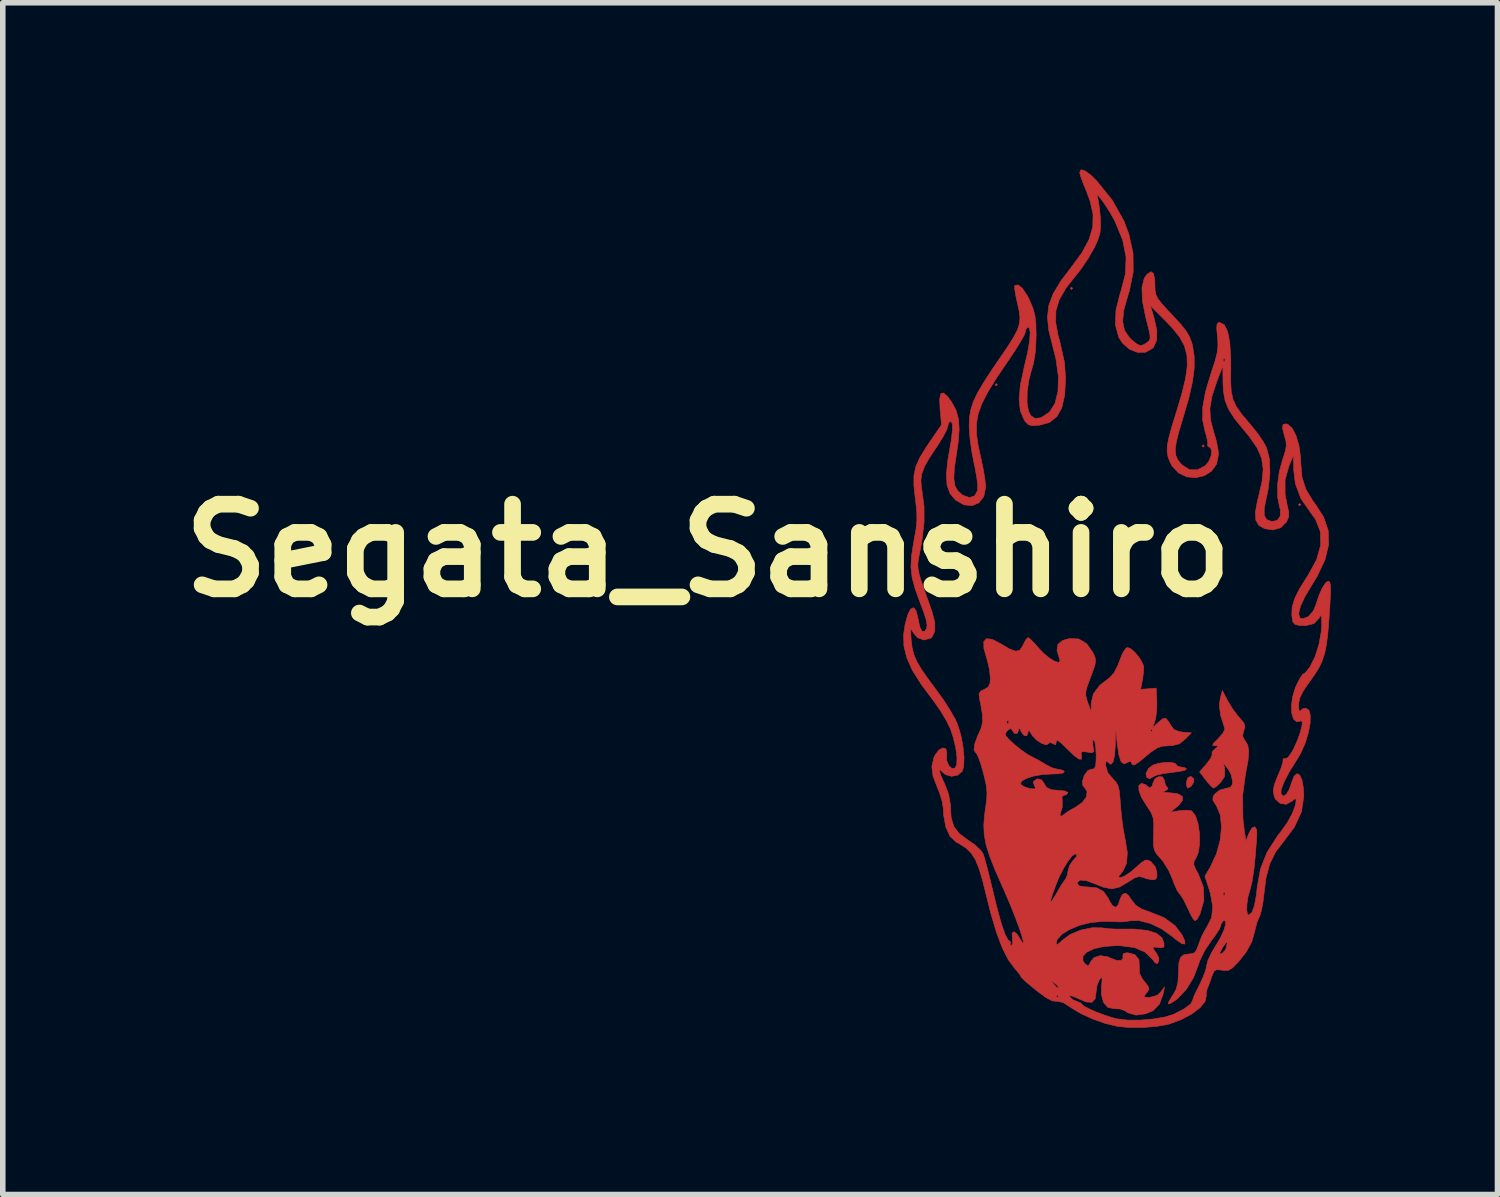
<source format=kicad_pcb>
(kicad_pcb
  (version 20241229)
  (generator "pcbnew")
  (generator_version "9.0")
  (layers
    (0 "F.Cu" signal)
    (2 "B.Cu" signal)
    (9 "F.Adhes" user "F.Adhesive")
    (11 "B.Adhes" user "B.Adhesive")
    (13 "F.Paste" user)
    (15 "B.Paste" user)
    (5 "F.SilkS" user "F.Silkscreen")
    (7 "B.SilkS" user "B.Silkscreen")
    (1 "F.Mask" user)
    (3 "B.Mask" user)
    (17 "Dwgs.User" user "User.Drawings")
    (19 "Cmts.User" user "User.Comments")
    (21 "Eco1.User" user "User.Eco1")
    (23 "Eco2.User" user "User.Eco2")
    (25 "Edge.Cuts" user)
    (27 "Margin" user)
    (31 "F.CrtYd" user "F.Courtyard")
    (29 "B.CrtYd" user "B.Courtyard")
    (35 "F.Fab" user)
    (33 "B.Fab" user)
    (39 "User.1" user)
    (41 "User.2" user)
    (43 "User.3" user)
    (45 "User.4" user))
  (footprint "Segata_Sanshiro"
    (layer "F.Cu")
    (at 17.062 7.495)
    (property "Reference" "Segata_Sanshiro" (at -7.366 -0.635 0) (layer "F.SilkS") (effects (font (size 1.524 1.524) (thickness 0.3))))
    (attr through_hole)
    (fp_poly (pts (xy -2.159 -3.619) (xy -2.18 -3.598) (xy -2.201 -3.619) (xy -2.18 -3.641) (xy -2.159 -3.619)) (stroke (width 0.01) (type solid)) (fill yes) (layer "F.Cu"))
    (fp_poly (pts (xy -0.804 -5.355) (xy -0.826 -5.334) (xy -0.847 -5.355) (xy -0.826 -5.376) (xy -0.804 -5.355)) (stroke (width 0.01) (type solid)) (fill yes) (layer "F.Cu"))
    (fp_poly (pts (xy 1.566 -2.519) (xy 1.545 -2.498) (xy 1.524 -2.519) (xy 1.545 -2.54) (xy 1.566 -2.519)) (stroke (width 0.01) (type solid)) (fill yes) (layer "F.Cu"))
    (fp_poly (pts (xy 3.302 -1.46) (xy 3.281 -1.439) (xy 3.26 -1.46) (xy 3.281 -1.482) (xy 3.302 -1.46)) (stroke (width 0.01) (type solid)) (fill yes) (layer "F.Cu"))
    (fp_poly (pts (xy 1.377 3.473) (xy 1.375 3.536) (xy 1.331 3.606) (xy 1.272 3.641) (xy 1.269 3.641) (xy 1.247 3.605) (xy 1.243 3.535) (xy 1.27 3.452) (xy 1.324 3.43) (xy 1.377 3.473)) (stroke (width 0.01) (type solid)) (fill yes) (layer "F.Cu"))
    (fp_poly (pts (xy 1.042 3.196) (xy 1.058 3.217) (xy 1.094 3.252) (xy 1.141 3.26) (xy 1.22 3.276) (xy 1.245 3.296) (xy 1.218 3.318) (xy 1.127 3.34) (xy 0.99 3.358) (xy 0.986 3.359) (xy 0.836 3.378) (xy 0.718 3.404) (xy 0.661 3.428) (xy 0.584 3.472) (xy 0.528 3.449) (xy 0.516 3.377) (xy 0.561 3.289) (xy 0.635 3.23) (xy 0.736 3.196) (xy 0.856 3.179) (xy 0.967 3.179) (xy 1.042 3.196)) (stroke (width 0.01) (type solid)) (fill yes) (layer "F.Cu"))
    (fp_poly (pts (xy 0.811 3.439) (xy 0.846 3.494) (xy 0.847 3.508) (xy 0.869 3.593) (xy 0.897 3.624) (xy 0.913 3.659) (xy 0.865 3.687) (xy 0.825 3.709) (xy 0.859 3.72) (xy 0.917 3.722) (xy 1.082 3.741) (xy 1.169 3.788) (xy 1.176 3.859) (xy 1.104 3.952) (xy 1.069 3.981) (xy 0.953 4.074) (xy 1.122 4.047) (xy 1.242 4.038) (xy 1.329 4.048) (xy 1.341 4.054) (xy 1.406 4.139) (xy 1.453 4.282) (xy 1.479 4.456) (xy 1.481 4.636) (xy 1.459 4.796) (xy 1.415 4.903) (xy 1.379 4.965) (xy 1.377 5.024) (xy 1.414 5.108) (xy 1.457 5.184) (xy 1.548 5.419) (xy 1.558 5.666) (xy 1.49 5.9) (xy 1.439 6) (xy 1.401 6.028) (xy 1.372 6.006) (xy 1.329 5.933) (xy 1.273 5.817) (xy 1.25 5.768) (xy 1.192 5.649) (xy 1.135 5.561) (xy 1.118 5.542) (xy 1.074 5.478) (xy 1.023 5.363) (xy 0.992 5.278) (xy 0.922 5.118) (xy 0.826 4.965) (xy 0.781 4.911) (xy 0.708 4.829) (xy 0.667 4.758) (xy 0.65 4.671) (xy 0.65 4.539) (xy 0.653 4.457) (xy 0.656 4.292) (xy 0.645 4.181) (xy 0.612 4.089) (xy 0.548 3.987) (xy 0.523 3.952) (xy 0.434 3.806) (xy 0.388 3.681) (xy 0.387 3.593) (xy 0.435 3.556) (xy 0.442 3.556) (xy 0.514 3.582) (xy 0.529 3.598) (xy 0.581 3.64) (xy 0.626 3.604) (xy 0.643 3.545) (xy 0.68 3.47) (xy 0.746 3.433) (xy 0.811 3.439)) (stroke (width 0.01) (type solid)) (fill yes) (layer "F.Cu"))
    (fp_poly (pts (xy -0.586 -7.474) (xy -0.479 -7.394) (xy -0.371 -7.289) (xy -0.091 -6.942) (xy 0.117 -6.572) (xy 0.207 -6.333) (xy 0.283 -5.987) (xy 0.286 -5.652) (xy 0.216 -5.305) (xy 0.187 -5.214) (xy 0.115 -4.959) (xy 0.096 -4.757) (xy 0.13 -4.598) (xy 0.218 -4.467) (xy 0.252 -4.434) (xy 0.351 -4.352) (xy 0.418 -4.324) (xy 0.481 -4.344) (xy 0.532 -4.378) (xy 0.569 -4.409) (xy 0.588 -4.447) (xy 0.588 -4.508) (xy 0.567 -4.612) (xy 0.526 -4.776) (xy 0.514 -4.819) (xy 0.452 -5.125) (xy 0.443 -5.365) (xy 0.485 -5.538) (xy 0.536 -5.61) (xy 0.606 -5.654) (xy 0.652 -5.621) (xy 0.674 -5.507) (xy 0.677 -5.413) (xy 0.68 -5.316) (xy 0.695 -5.239) (xy 0.733 -5.164) (xy 0.805 -5.073) (xy 0.92 -4.947) (xy 0.988 -4.875) (xy 1.137 -4.714) (xy 1.236 -4.59) (xy 1.299 -4.484) (xy 1.34 -4.375) (xy 1.354 -4.323) (xy 1.384 -4.128) (xy 1.384 -3.915) (xy 1.352 -3.668) (xy 1.285 -3.374) (xy 1.183 -3.025) (xy 1.107 -2.773) (xy 1.061 -2.586) (xy 1.043 -2.449) (xy 1.053 -2.346) (xy 1.091 -2.263) (xy 1.156 -2.185) (xy 1.164 -2.177) (xy 1.298 -2.09) (xy 1.442 -2.088) (xy 1.582 -2.162) (xy 1.647 -2.24) (xy 1.687 -2.338) (xy 1.699 -2.43) (xy 1.675 -2.489) (xy 1.649 -2.498) (xy 1.622 -2.522) (xy 1.627 -2.535) (xy 1.627 -2.593) (xy 1.603 -2.701) (xy 1.581 -2.772) (xy 1.536 -2.981) (xy 1.538 -3.218) (xy 1.588 -3.497) (xy 1.688 -3.829) (xy 1.693 -3.846) (xy 1.759 -4.044) (xy 1.764 -4.064) (xy 1.905 -4.064) (xy 1.92 -4.029) (xy 1.933 -4.036) (xy 1.938 -4.086) (xy 1.933 -4.092) (xy 1.908 -4.086) (xy 1.905 -4.064) (xy 1.764 -4.064) (xy 1.796 -4.19) (xy 1.811 -4.311) (xy 1.808 -4.434) (xy 1.802 -4.491) (xy 1.789 -4.632) (xy 1.794 -4.708) (xy 1.818 -4.738) (xy 1.842 -4.741) (xy 1.924 -4.701) (xy 1.985 -4.579) (xy 2.024 -4.379) (xy 2.042 -4.102) (xy 2.042 -3.919) (xy 2.04 -3.677) (xy 2.051 -3.497) (xy 2.082 -3.355) (xy 2.142 -3.226) (xy 2.24 -3.088) (xy 2.384 -2.917) (xy 2.413 -2.883) (xy 2.527 -2.741) (xy 2.625 -2.598) (xy 2.686 -2.487) (xy 2.738 -2.281) (xy 2.747 -2.023) (xy 2.715 -1.735) (xy 2.682 -1.58) (xy 2.644 -1.391) (xy 2.645 -1.267) (xy 2.688 -1.193) (xy 2.777 -1.159) (xy 2.784 -1.158) (xy 2.879 -1.177) (xy 2.933 -1.255) (xy 2.935 -1.371) (xy 2.921 -1.418) (xy 2.885 -1.596) (xy 2.884 -1.82) (xy 2.917 -2.062) (xy 2.972 -2.262) (xy 3.021 -2.413) (xy 3.041 -2.518) (xy 3.035 -2.607) (xy 3.007 -2.704) (xy 2.973 -2.839) (xy 2.984 -2.907) (xy 3.042 -2.915) (xy 3.069 -2.906) (xy 3.149 -2.835) (xy 3.218 -2.7) (xy 3.27 -2.52) (xy 3.298 -2.315) (xy 3.301 -2.232) (xy 3.322 -1.964) (xy 3.392 -1.741) (xy 3.521 -1.528) (xy 3.556 -1.482) (xy 3.713 -1.239) (xy 3.796 -0.995) (xy 3.804 -0.741) (xy 3.738 -0.469) (xy 3.597 -0.171) (xy 3.496 -0.005) (xy 3.372 0.203) (xy 3.294 0.375) (xy 3.264 0.501) (xy 3.284 0.576) (xy 3.332 0.593) (xy 3.439 0.554) (xy 3.529 0.45) (xy 3.575 0.339) (xy 3.629 0.174) (xy 3.691 0.036) (xy 3.752 -0.057) (xy 3.796 -0.085) (xy 3.823 -0.068) (xy 3.837 -0.008) (xy 3.839 0.11) (xy 3.83 0.286) (xy 3.809 0.612) (xy 3.788 0.868) (xy 3.762 1.069) (xy 3.729 1.229) (xy 3.683 1.363) (xy 3.623 1.486) (xy 3.543 1.611) (xy 3.454 1.735) (xy 3.345 1.894) (xy 3.285 2.015) (xy 3.264 2.12) (xy 3.263 2.153) (xy 3.27 2.238) (xy 3.283 2.262) (xy 3.288 2.254) (xy 3.343 2.21) (xy 3.39 2.201) (xy 3.448 2.237) (xy 3.474 2.334) (xy 3.47 2.475) (xy 3.439 2.644) (xy 3.384 2.826) (xy 3.306 3.003) (xy 3.242 3.114) (xy 3.096 3.348) (xy 2.997 3.537) (xy 2.948 3.674) (xy 2.947 3.745) (xy 2.988 3.786) (xy 3.04 3.755) (xy 3.095 3.665) (xy 3.134 3.551) (xy 3.182 3.427) (xy 3.234 3.381) (xy 3.283 3.406) (xy 3.324 3.496) (xy 3.35 3.645) (xy 3.356 3.79) (xy 3.314 4.068) (xy 3.187 4.344) (xy 3.01 4.58) (xy 2.851 4.788) (xy 2.743 5.005) (xy 2.676 5.256) (xy 2.645 5.502) (xy 2.624 5.678) (xy 2.597 5.83) (xy 2.569 5.931) (xy 2.561 5.947) (xy 2.518 6.045) (xy 2.482 6.176) (xy 2.478 6.2) (xy 2.421 6.406) (xy 2.318 6.595) (xy 2.172 6.777) (xy 2.076 6.875) (xy 2.002 6.92) (xy 1.924 6.925) (xy 1.883 6.918) (xy 1.792 6.908) (xy 1.742 6.935) (xy 1.704 7.02) (xy 1.692 7.055) (xy 1.653 7.169) (xy 1.62 7.249) (xy 1.615 7.26) (xy 1.599 7.335) (xy 1.602 7.38) (xy 1.579 7.482) (xy 1.488 7.594) (xy 1.342 7.705) (xy 1.157 7.805) (xy 0.945 7.884) (xy 0.901 7.896) (xy 0.692 7.932) (xy 0.44 7.951) (xy 0.187 7.948) (xy 0 7.929) (xy -0.213 7.878) (xy -0.444 7.797) (xy -0.658 7.699) (xy -0.822 7.6) (xy -0.824 7.598) (xy -0.976 7.501) (xy -1.085 7.477) (xy -1.096 7.479) (xy -1.171 7.471) (xy -1.283 7.412) (xy -1.317 7.387) (xy -1.101 7.387) (xy -1.079 7.408) (xy -1.058 7.387) (xy -1.079 7.366) (xy -1.101 7.387) (xy -1.317 7.387) (xy -1.441 7.297) (xy -1.459 7.282) (xy -1.586 7.178) (xy -1.661 7.112) (xy -1.183 7.112) (xy -1.172 7.134) (xy -1.148 7.165) (xy -1.087 7.231) (xy -1.059 7.23) (xy -1.058 7.223) (xy -1.087 7.188) (xy -1.132 7.149) (xy -1.183 7.112) (xy -1.661 7.112) (xy -1.682 7.094) (xy -1.732 7.042) (xy -1.736 7.034) (xy -1.762 6.988) (xy -1.828 6.908) (xy -1.853 6.879) (xy -1.965 6.727) (xy -2.071 6.517) (xy -2.175 6.241) (xy -2.278 5.893) (xy -2.356 5.583) (xy -2.426 5.302) (xy -2.489 5.09) (xy -2.553 4.933) (xy -2.626 4.817) (xy -2.715 4.727) (xy -2.83 4.651) (xy -2.905 4.609) (xy -3.012 4.508) (xy -3.088 4.34) (xy -3.128 4.12) (xy -3.133 4.007) (xy -3.151 3.886) (xy -3.198 3.732) (xy -3.238 3.634) (xy -3.318 3.425) (xy -3.339 3.253) (xy -3.304 3.097) (xy -3.28 3.046) (xy -3.21 2.954) (xy -3.139 2.917) (xy -3.085 2.936) (xy -3.069 3.011) (xy -3.073 3.037) (xy -3.071 3.145) (xy -3.034 3.237) (xy -2.976 3.287) (xy -2.922 3.282) (xy -2.89 3.217) (xy -2.886 3.092) (xy -2.907 2.926) (xy -2.95 2.739) (xy -3.001 2.582) (xy -3.071 2.437) (xy -3.176 2.26) (xy -3.296 2.087) (xy -3.322 2.053) (xy -3.537 1.763) (xy -3.693 1.513) (xy -3.792 1.289) (xy -3.842 1.08) (xy -3.846 0.87) (xy -3.842 0.84) (xy -3.72 0.84) (xy -3.711 0.967) (xy -3.71 0.979) (xy -3.693 1.116) (xy -3.663 1.237) (xy -3.61 1.36) (xy -3.528 1.501) (xy -3.406 1.675) (xy -3.256 1.877) (xy -3.126 2.058) (xy -3.008 2.243) (xy -2.916 2.405) (xy -2.876 2.494) (xy -2.816 2.691) (xy -2.777 2.899) (xy -2.759 3.095) (xy -2.766 3.254) (xy -2.79 3.337) (xy -2.87 3.407) (xy -2.983 3.429) (xy -3.092 3.399) (xy -3.134 3.364) (xy -3.187 3.313) (xy -3.202 3.329) (xy -3.18 3.406) (xy -3.122 3.536) (xy -3.114 3.55) (xy -3.038 3.747) (xy -3.006 3.932) (xy -3.005 3.946) (xy -2.992 4.168) (xy -2.943 4.331) (xy -2.849 4.457) (xy -2.698 4.57) (xy -2.689 4.575) (xy -2.559 4.667) (xy -2.458 4.762) (xy -2.416 4.823) (xy -2.39 4.904) (xy -2.35 5.049) (xy -2.302 5.237) (xy -2.251 5.45) (xy -2.243 5.482) (xy -2.158 5.828) (xy -2.084 6.092) (xy -2.02 6.274) (xy -1.968 6.373) (xy -1.939 6.392) (xy -1.919 6.419) (xy -1.926 6.435) (xy -1.923 6.474) (xy -1.909 6.477) (xy -1.884 6.441) (xy -1.89 6.35) (xy -1.894 6.253) (xy -1.862 6.225) (xy -1.805 6.269) (xy -1.76 6.339) (xy -1.711 6.42) (xy -1.69 6.432) (xy -1.696 6.385) (xy -1.723 6.287) (xy -1.769 6.149) (xy -1.832 5.98) (xy -1.907 5.789) (xy -1.963 5.656) (xy -1.198 5.656) (xy -1.196 5.689) (xy -1.161 5.646) (xy -1.101 5.546) (xy -1.026 5.417) (xy -0.962 5.317) (xy -0.929 5.273) (xy -0.897 5.201) (xy -0.889 5.135) (xy -0.86 5.033) (xy -0.804 4.953) (xy -0.733 4.872) (xy -0.728 4.833) (xy -0.761 4.826) (xy -0.814 4.862) (xy -0.888 4.956) (xy -0.969 5.089) (xy -1.048 5.242) (xy -1.097 5.36) (xy -1.165 5.546) (xy -1.198 5.656) (xy -1.963 5.656) (xy -1.993 5.586) (xy -2.069 5.412) (xy -2.203 5.109) (xy -2.299 4.864) (xy -2.363 4.66) (xy -2.396 4.48) (xy -2.404 4.309) (xy -2.39 4.128) (xy -2.377 4.035) (xy -2.352 3.857) (xy -2.346 3.721) (xy -2.36 3.588) (xy -2.397 3.423) (xy -2.412 3.365) (xy -2.457 3.208) (xy -2.5 3.086) (xy -2.533 3.019) (xy -2.541 3.013) (xy -2.579 2.959) (xy -2.569 2.851) (xy -2.514 2.701) (xy -2.493 2.658) (xy -2.491 2.654) (xy -2.014 2.654) (xy -2.009 2.697) (xy -1.956 2.76) (xy -1.861 2.848) (xy -1.734 2.952) (xy -1.61 3.038) (xy -1.545 3.073) (xy -1.417 3.139) (xy -1.291 3.215) (xy -1.179 3.274) (xy -1.078 3.301) (xy -1.071 3.302) (xy -0.986 3.319) (xy -0.953 3.344) (xy -0.975 3.369) (xy -1.073 3.384) (xy -1.182 3.387) (xy -1.356 3.398) (xy -1.516 3.427) (xy -1.645 3.469) (xy -1.725 3.517) (xy -1.742 3.567) (xy -1.735 3.578) (xy -1.663 3.623) (xy -1.566 3.65) (xy -1.484 3.655) (xy -1.473 3.633) (xy -1.486 3.614) (xy -1.512 3.544) (xy -1.504 3.516) (xy -1.439 3.473) (xy -1.364 3.493) (xy -1.325 3.545) (xy -1.274 3.629) (xy -1.187 3.671) (xy -1.048 3.682) (xy -0.946 3.693) (xy -0.892 3.718) (xy -0.889 3.725) (xy -0.923 3.763) (xy -0.953 3.768) (xy -0.997 3.792) (xy -0.992 3.87) (xy -0.991 3.986) (xy -1.014 4.06) (xy -1.035 4.132) (xy -1.003 4.145) (xy -0.946 4.104) (xy -0.88 4.056) (xy -0.776 3.997) (xy -0.758 3.988) (xy -0.631 3.9) (xy -0.557 3.799) (xy -0.545 3.703) (xy -0.575 3.652) (xy -0.623 3.59) (xy -0.629 3.523) (xy -0.595 3.414) (xy -0.594 3.411) (xy -0.529 3.323) (xy -0.467 3.302) (xy -0.419 3.293) (xy -0.393 3.253) (xy -0.383 3.162) (xy -0.381 3.05) (xy -0.388 2.912) (xy -0.404 2.81) (xy -0.423 2.773) (xy -0.446 2.788) (xy -0.439 2.874) (xy -0.437 2.883) (xy -0.424 2.975) (xy -0.448 3.005) (xy -0.53 2.995) (xy -0.539 2.993) (xy -0.627 2.982) (xy -0.654 3.006) (xy -0.647 3.05) (xy -0.644 3.119) (xy -0.689 3.12) (xy -0.781 3.053) (xy -0.906 2.932) (xy -1.012 2.827) (xy -1.074 2.783) (xy -1.099 2.794) (xy -1.1 2.81) (xy -1.112 2.863) (xy -1.158 2.842) (xy -1.16 2.84) (xy -1.215 2.813) (xy -1.235 2.838) (xy -1.278 2.862) (xy -1.357 2.838) (xy -1.447 2.781) (xy -1.525 2.703) (xy -1.546 2.669) (xy -1.588 2.605) (xy -1.605 2.615) (xy -1.607 2.635) (xy -1.629 2.7) (xy -1.676 2.697) (xy -1.727 2.631) (xy -1.734 2.614) (xy -1.763 2.556) (xy -1.774 2.577) (xy -1.775 2.593) (xy -1.802 2.657) (xy -1.853 2.656) (xy -1.889 2.605) (xy -1.916 2.566) (xy -1.961 2.591) (xy -1.982 2.611) (xy -2.014 2.654) (xy -2.491 2.654) (xy -2.446 2.549) (xy -2.428 2.455) (xy -1.99 2.455) (xy -1.974 2.49) (xy -1.961 2.484) (xy -1.956 2.433) (xy -1.961 2.427) (xy -1.987 2.433) (xy -1.99 2.455) (xy -2.428 2.455) (xy -2.425 2.442) (xy -2.429 2.314) (xy -2.458 2.138) (xy -2.478 2.043) (xy -2.49 1.946) (xy -2.459 1.894) (xy -2.397 1.865) (xy -2.323 1.822) (xy -2.291 1.751) (xy -2.286 1.657) (xy -2.301 1.508) (xy -2.339 1.345) (xy -2.349 1.312) (xy -2.402 1.125) (xy -2.404 1.004) (xy -2.353 0.951) (xy -2.251 0.964) (xy -2.097 1.044) (xy -2.081 1.054) (xy -1.929 1.143) (xy -1.825 1.177) (xy -1.755 1.156) (xy -1.703 1.081) (xy -1.693 1.058) (xy -1.648 0.971) (xy -1.608 0.932) (xy -1.606 0.931) (xy -1.563 0.962) (xy -1.486 1.04) (xy -1.419 1.119) (xy -1.323 1.218) (xy -1.222 1.301) (xy -1.129 1.357) (xy -1.06 1.379) (xy -1.03 1.359) (xy -1.038 1.322) (xy -1.086 1.163) (xy -1.07 1.054) (xy -0.987 0.984) (xy -0.863 0.949) (xy -0.695 0.956) (xy -0.551 1.042) (xy -0.438 1.203) (xy -0.436 1.207) (xy -0.402 1.286) (xy -0.391 1.354) (xy -0.406 1.437) (xy -0.449 1.56) (xy -0.48 1.642) (xy -0.538 1.795) (xy -0.566 1.898) (xy -0.567 1.978) (xy -0.545 2.063) (xy -0.533 2.098) (xy -0.472 2.265) (xy -0.469 2.103) (xy -0.43 1.942) (xy -0.316 1.791) (xy -0.135 1.651) (xy -0.059 1.566) (xy 0.013 1.424) (xy 0.039 1.355) (xy 0.092 1.22) (xy 0.148 1.132) (xy 0.18 1.109) (xy 0.245 1.133) (xy 0.326 1.208) (xy 0.406 1.309) (xy 0.461 1.412) (xy 0.476 1.468) (xy 0.471 1.56) (xy 0.453 1.685) (xy 0.45 1.704) (xy 0.419 1.864) (xy 0.559 1.853) (xy 0.699 1.841) (xy 0.711 2.069) (xy 0.71 2.226) (xy 0.693 2.371) (xy 0.679 2.426) (xy 0.634 2.556) (xy 0.732 2.463) (xy 0.819 2.39) (xy 0.875 2.384) (xy 0.925 2.447) (xy 0.951 2.495) (xy 1.018 2.585) (xy 1.115 2.625) (xy 1.175 2.633) (xy 1.333 2.646) (xy 1.219 2.762) (xy 1.115 2.844) (xy 0.993 2.876) (xy 0.92 2.879) (xy 0.81 2.887) (xy 0.715 2.92) (xy 0.608 2.991) (xy 0.505 3.075) (xy 0.383 3.176) (xy 0.308 3.223) (xy 0.271 3.222) (xy 0.261 3.2) (xy 0.238 3.153) (xy 0.186 3.179) (xy 0.185 3.179) (xy 0.118 3.207) (xy 0.066 3.162) (xy 0.027 3.041) (xy -0.001 2.848) (xy -0.026 2.603) (xy 0.593 2.603) (xy 0.614 2.625) (xy 0.635 2.603) (xy 0.614 2.582) (xy 0.593 2.603) (xy -0.026 2.603) (xy -0.03 2.561) (xy -0.036 2.866) (xy -0.049 3.05) (xy -0.076 3.168) (xy -0.116 3.214) (xy -0.165 3.182) (xy -0.173 3.17) (xy -0.2 3.151) (xy -0.211 3.21) (xy -0.211 3.23) (xy -0.171 3.365) (xy -0.089 3.463) (xy -0.028 3.527) (xy 0.011 3.594) (xy 0.035 3.689) (xy 0.049 3.833) (xy 0.056 3.937) (xy 0.075 4.145) (xy 0.103 4.359) (xy 0.135 4.537) (xy 0.139 4.552) (xy 0.18 4.802) (xy 0.166 4.995) (xy 0.099 5.138) (xy 0.079 5.161) (xy 0.027 5.224) (xy 0.033 5.247) (xy 0.068 5.249) (xy 0.135 5.222) (xy 0.238 5.152) (xy 0.326 5.077) (xy 0.433 4.982) (xy 0.501 4.938) (xy 0.553 4.937) (xy 0.606 4.965) (xy 0.684 5.06) (xy 0.712 5.159) (xy 0.712 5.252) (xy 0.676 5.288) (xy 0.635 5.292) (xy 0.521 5.271) (xy 0.462 5.248) (xy 0.397 5.231) (xy 0.317 5.255) (xy 0.199 5.328) (xy 0.193 5.332) (xy 0.038 5.423) (xy -0.096 5.454) (xy -0.243 5.428) (xy -0.375 5.375) (xy -0.547 5.31) (xy -0.662 5.296) (xy -0.716 5.332) (xy -0.72 5.355) (xy -0.692 5.399) (xy -0.601 5.417) (xy -0.548 5.419) (xy -0.369 5.437) (xy -0.248 5.502) (xy -0.163 5.624) (xy -0.149 5.657) (xy -0.088 5.757) (xy -0.027 5.786) (xy 0.02 5.739) (xy 0.034 5.683) (xy 0.071 5.588) (xy 0.104 5.547) (xy 0.151 5.533) (xy 0.205 5.579) (xy 0.253 5.65) (xy 0.334 5.751) (xy 0.441 5.819) (xy 0.572 5.865) (xy 0.839 5.971) (xy 1.038 6.115) (xy 1.159 6.273) (xy 1.215 6.392) (xy 1.217 6.448) (xy 1.165 6.442) (xy 1.062 6.373) (xy 0.993 6.315) (xy 0.8 6.176) (xy 0.591 6.077) (xy 0.389 6.026) (xy 0.24 6.029) (xy 0.126 6.046) (xy 0.042 6.049) (xy -0.033 6.046) (xy -0.161 6.043) (xy -0.277 6.043) (xy -0.478 6.061) (xy -0.676 6.11) (xy -0.855 6.183) (xy -0.996 6.271) (xy -1.082 6.366) (xy -1.101 6.43) (xy -1.085 6.459) (xy -1.034 6.423) (xy -0.997 6.385) (xy -0.851 6.277) (xy -0.657 6.196) (xy -0.447 6.154) (xy -0.283 6.156) (xy -0.143 6.173) (xy -0.02 6.179) (xy 0 6.179) (xy 0.308 6.178) (xy 0.541 6.203) (xy 0.704 6.254) (xy 0.802 6.335) (xy 0.84 6.432) (xy 0.839 6.502) (xy 0.791 6.517) (xy 0.745 6.51) (xy 0.657 6.501) (xy 0.643 6.53) (xy 0.697 6.603) (xy 0.704 6.61) (xy 0.749 6.705) (xy 0.743 6.761) (xy 0.718 6.803) (xy 0.682 6.787) (xy 0.625 6.715) (xy 0.492 6.589) (xy 0.308 6.511) (xy 0.062 6.479) (xy -0.021 6.477) (xy -0.239 6.492) (xy -0.418 6.532) (xy -0.547 6.592) (xy -0.618 6.667) (xy -0.619 6.75) (xy -0.582 6.803) (xy -0.529 6.843) (xy -0.499 6.81) (xy -0.488 6.778) (xy -0.422 6.693) (xy -0.31 6.657) (xy -0.177 6.675) (xy -0.118 6.702) (xy -0.011 6.744) (xy 0.071 6.742) (xy 0.105 6.699) (xy 0.099 6.664) (xy 0.108 6.617) (xy 0.183 6.604) (xy 0.314 6.637) (xy 0.389 6.727) (xy 0.396 6.858) (xy 0.395 6.966) (xy 0.448 7.071) (xy 0.484 7.116) (xy 0.552 7.204) (xy 0.57 7.258) (xy 0.542 7.309) (xy 0.524 7.329) (xy 0.481 7.384) (xy 0.499 7.405) (xy 0.581 7.408) (xy 0.717 7.372) (xy 0.78 7.313) (xy 0.85 7.218) (xy 0.825 7.345) (xy 0.758 7.529) (xy 0.642 7.648) (xy 0.513 7.703) (xy 0.336 7.727) (xy 0.192 7.686) (xy 0.132 7.646) (xy 0.049 7.617) (xy -0.045 7.613) (xy -0.167 7.591) (xy -0.249 7.499) (xy -0.288 7.349) (xy -0.285 7.207) (xy -0.274 7.092) (xy -0.279 7.049) (xy -0.303 7.065) (xy -0.322 7.089) (xy -0.365 7.19) (xy -0.381 7.305) (xy -0.399 7.435) (xy -0.456 7.496) (xy -0.559 7.491) (xy -0.688 7.437) (xy -0.804 7.386) (xy -0.858 7.38) (xy -0.859 7.396) (xy -0.805 7.448) (xy -0.736 7.477) (xy -0.659 7.508) (xy -0.635 7.535) (xy -0.598 7.568) (xy -0.503 7.617) (xy -0.37 7.675) (xy -0.222 7.73) (xy -0.08 7.776) (xy -0.003 7.795) (xy 0.187 7.817) (xy 0.417 7.817) (xy 0.654 7.796) (xy 0.867 7.759) (xy 1.016 7.711) (xy 1.206 7.612) (xy 1.32 7.527) (xy 1.355 7.461) (xy 1.373 7.403) (xy 1.422 7.295) (xy 1.482 7.176) (xy 1.549 7.031) (xy 1.595 6.902) (xy 1.609 6.827) (xy 1.632 6.739) (xy 1.692 6.611) (xy 1.697 6.602) (xy 1.847 6.602) (xy 1.852 6.628) (xy 1.878 6.622) (xy 1.937 6.565) (xy 1.963 6.508) (xy 1.978 6.424) (xy 1.96 6.418) (xy 1.909 6.489) (xy 1.89 6.52) (xy 1.847 6.602) (xy 1.697 6.602) (xy 1.776 6.469) (xy 1.778 6.467) (xy 1.857 6.333) (xy 1.916 6.205) (xy 1.948 6.101) (xy 1.95 6.036) (xy 1.917 6.026) (xy 1.905 6.032) (xy 1.865 6.094) (xy 1.863 6.116) (xy 1.838 6.177) (xy 1.773 6.279) (xy 1.688 6.394) (xy 1.576 6.561) (xy 1.488 6.738) (xy 1.458 6.826) (xy 1.371 7.052) (xy 1.242 7.263) (xy 1.09 7.426) (xy 1.055 7.453) (xy 0.955 7.518) (xy 0.915 7.525) (xy 0.933 7.472) (xy 0.993 7.377) (xy 1.059 7.261) (xy 1.091 7.136) (xy 1.101 6.967) (xy 1.101 6.957) (xy 1.108 6.788) (xy 1.138 6.687) (xy 1.2 6.638) (xy 1.304 6.625) (xy 1.31 6.625) (xy 1.382 6.61) (xy 1.429 6.55) (xy 1.465 6.448) (xy 1.521 6.304) (xy 1.592 6.171) (xy 1.606 6.151) (xy 1.696 5.976) (xy 1.718 5.776) (xy 1.677 5.546) (xy 1.905 5.546) (xy 1.92 5.581) (xy 1.933 5.574) (xy 1.938 5.524) (xy 1.933 5.517) (xy 1.908 5.523) (xy 1.905 5.546) (xy 1.677 5.546) (xy 1.676 5.537) (xy 1.659 5.482) (xy 1.576 5.228) (xy 1.675 5.059) (xy 1.785 4.822) (xy 1.852 4.574) (xy 1.875 4.333) (xy 1.852 4.12) (xy 1.781 3.954) (xy 1.771 3.941) (xy 1.72 3.859) (xy 1.724 3.795) (xy 1.75 3.75) (xy 1.84 3.678) (xy 1.942 3.649) (xy 2.035 3.628) (xy 2.07 3.575) (xy 2.074 3.516) (xy 2.047 3.393) (xy 1.994 3.296) (xy 1.913 3.197) (xy 1.935 3.315) (xy 1.93 3.433) (xy 1.861 3.537) (xy 1.786 3.608) (xy 1.736 3.64) (xy 1.733 3.641) (xy 1.692 3.61) (xy 1.622 3.533) (xy 1.592 3.495) (xy 1.481 3.349) (xy 1.607 3.204) (xy 1.676 3.112) (xy 1.706 3.045) (xy 1.703 3.029) (xy 1.708 2.985) (xy 1.754 2.939) (xy 1.811 2.894) (xy 1.799 2.88) (xy 1.755 2.879) (xy 1.716 2.869) (xy 1.731 2.834) (xy 1.806 2.759) (xy 1.815 2.75) (xy 1.895 2.661) (xy 1.934 2.586) (xy 1.933 2.564) (xy 1.86 2.334) (xy 1.836 2.153) (xy 1.852 2.031) (xy 1.891 1.884) (xy 1.985 2.067) (xy 2.071 2.21) (xy 2.172 2.345) (xy 2.201 2.377) (xy 2.277 2.467) (xy 2.298 2.534) (xy 2.277 2.607) (xy 2.253 2.7) (xy 2.293 2.778) (xy 2.3 2.787) (xy 2.348 2.867) (xy 2.366 2.98) (xy 2.353 3.142) (xy 2.312 3.366) (xy 2.307 3.387) (xy 2.255 3.776) (xy 2.261 4.191) (xy 2.283 4.381) (xy 2.315 4.593) (xy 2.369 4.454) (xy 2.424 4.357) (xy 2.476 4.337) (xy 2.508 4.392) (xy 2.512 4.47) (xy 2.488 4.819) (xy 2.459 5.107) (xy 2.425 5.327) (xy 2.389 5.471) (xy 2.388 5.472) (xy 2.353 5.597) (xy 2.333 5.729) (xy 2.33 5.843) (xy 2.344 5.915) (xy 2.36 5.927) (xy 2.419 5.885) (xy 2.467 5.762) (xy 2.504 5.559) (xy 2.518 5.425) (xy 2.577 5.095) (xy 2.696 4.794) (xy 2.885 4.5) (xy 2.947 4.421) (xy 3.062 4.259) (xy 3.153 4.09) (xy 3.208 3.94) (xy 3.217 3.872) (xy 3.211 3.827) (xy 3.178 3.845) (xy 3.149 3.873) (xy 3.041 3.932) (xy 2.932 3.918) (xy 2.846 3.839) (xy 2.822 3.782) (xy 2.807 3.686) (xy 2.825 3.582) (xy 2.88 3.44) (xy 2.895 3.407) (xy 2.949 3.276) (xy 2.98 3.174) (xy 2.982 3.129) (xy 2.991 3.107) (xy 3.017 3.114) (xy 3.072 3.09) (xy 3.145 2.987) (xy 3.184 2.912) (xy 3.247 2.769) (xy 3.295 2.631) (xy 3.324 2.517) (xy 3.329 2.445) (xy 3.306 2.432) (xy 3.305 2.432) (xy 3.227 2.448) (xy 3.172 2.398) (xy 3.14 2.296) (xy 3.134 2.157) (xy 3.155 1.998) (xy 3.205 1.832) (xy 3.234 1.768) (xy 3.291 1.66) (xy 3.335 1.595) (xy 3.35 1.586) (xy 3.382 1.566) (xy 3.441 1.495) (xy 3.465 1.462) (xy 3.558 1.279) (xy 3.631 1.049) (xy 3.673 0.809) (xy 3.68 0.677) (xy 3.676 0.567) (xy 3.665 0.531) (xy 3.643 0.559) (xy 3.631 0.583) (xy 3.54 0.679) (xy 3.388 0.717) (xy 3.275 0.712) (xy 3.197 0.694) (xy 3.159 0.647) (xy 3.143 0.545) (xy 3.141 0.521) (xy 3.147 0.382) (xy 3.191 0.233) (xy 3.278 0.055) (xy 3.417 -0.166) (xy 3.433 -0.19) (xy 3.587 -0.47) (xy 3.66 -0.733) (xy 3.654 -0.977) (xy 3.566 -1.199) (xy 3.49 -1.304) (xy 3.307 -1.566) (xy 3.204 -1.839) (xy 3.174 -2.095) (xy 3.17 -2.349) (xy 3.09 -2.159) (xy 3.019 -1.907) (xy 3.02 -1.645) (xy 3.057 -1.459) (xy 3.086 -1.326) (xy 3.081 -1.234) (xy 3.046 -1.153) (xy 2.942 -1.046) (xy 2.797 -1.006) (xy 2.653 -1.029) (xy 2.548 -1.087) (xy 2.493 -1.181) (xy 2.485 -1.323) (xy 2.521 -1.525) (xy 2.539 -1.593) (xy 2.604 -1.873) (xy 2.625 -2.101) (xy 2.597 -2.298) (xy 2.515 -2.486) (xy 2.373 -2.69) (xy 2.274 -2.809) (xy 2.112 -3.008) (xy 2.004 -3.175) (xy 1.94 -3.332) (xy 1.909 -3.504) (xy 1.902 -3.66) (xy 1.899 -3.958) (xy 1.793 -3.684) (xy 1.705 -3.418) (xy 1.666 -3.194) (xy 1.677 -2.988) (xy 1.733 -2.777) (xy 1.781 -2.612) (xy 1.813 -2.45) (xy 1.82 -2.361) (xy 1.786 -2.19) (xy 1.694 -2.063) (xy 1.563 -1.981) (xy 1.409 -1.946) (xy 1.249 -1.962) (xy 1.102 -2.032) (xy 0.985 -2.157) (xy 0.947 -2.23) (xy 0.912 -2.325) (xy 0.896 -2.419) (xy 0.9 -2.527) (xy 0.927 -2.665) (xy 0.977 -2.851) (xy 1.054 -3.099) (xy 1.158 -3.445) (xy 1.227 -3.727) (xy 1.259 -3.957) (xy 1.253 -4.151) (xy 1.207 -4.32) (xy 1.121 -4.478) (xy 0.992 -4.639) (xy 0.887 -4.749) (xy 0.595 -5.043) (xy 0.657 -4.839) (xy 0.711 -4.6) (xy 0.708 -4.419) (xy 0.649 -4.291) (xy 0.635 -4.276) (xy 0.511 -4.205) (xy 0.365 -4.201) (xy 0.219 -4.258) (xy 0.092 -4.37) (xy 0.026 -4.474) (xy -0.034 -4.696) (xy -0.025 -4.962) (xy 0.052 -5.268) (xy 0.064 -5.3) (xy 0.146 -5.614) (xy 0.157 -5.917) (xy 0.096 -6.224) (xy -0.039 -6.553) (xy -0.054 -6.583) (xy -0.116 -6.696) (xy -0.188 -6.811) (xy -0.259 -6.916) (xy -0.319 -6.996) (xy -0.358 -7.037) (xy -0.366 -7.025) (xy -0.359 -7.006) (xy -0.339 -6.921) (xy -0.32 -6.783) (xy -0.306 -6.634) (xy -0.3 -6.466) (xy -0.314 -6.339) (xy -0.356 -6.213) (xy -0.416 -6.084) (xy -0.518 -5.904) (xy -0.646 -5.714) (xy -0.741 -5.592) (xy -0.925 -5.358) (xy -1.045 -5.151) (xy -1.105 -4.953) (xy -1.11 -4.744) (xy -1.066 -4.504) (xy -1.037 -4.404) (xy -0.952 -4.024) (xy -0.931 -3.733) (xy -0.948 -3.433) (xy -0.999 -3.206) (xy -1.09 -3.044) (xy -1.222 -2.941) (xy -1.401 -2.891) (xy -1.411 -2.89) (xy -1.534 -2.882) (xy -1.606 -2.903) (xy -1.662 -2.963) (xy -1.674 -2.982) (xy -1.745 -3.144) (xy -1.768 -3.351) (xy -1.746 -3.612) (xy -1.677 -3.934) (xy -1.614 -4.202) (xy -1.578 -4.414) (xy -1.568 -4.564) (xy -1.586 -4.644) (xy -1.609 -4.657) (xy -1.644 -4.622) (xy -1.651 -4.58) (xy -1.674 -4.517) (xy -1.738 -4.402) (xy -1.832 -4.249) (xy -1.949 -4.073) (xy -1.972 -4.04) (xy -2.174 -3.742) (xy -2.327 -3.495) (xy -2.436 -3.286) (xy -2.504 -3.098) (xy -2.536 -2.919) (xy -2.535 -2.732) (xy -2.505 -2.524) (xy -2.455 -2.294) (xy -2.415 -2.108) (xy -2.385 -1.931) (xy -2.371 -1.796) (xy -2.371 -1.775) (xy -2.403 -1.608) (xy -2.49 -1.495) (xy -2.615 -1.443) (xy -2.762 -1.458) (xy -2.915 -1.547) (xy -3.011 -1.66) (xy -3.065 -1.81) (xy -3.077 -2.009) (xy -3.05 -2.267) (xy -3.031 -2.378) (xy -2.987 -2.632) (xy -2.967 -2.81) (xy -2.97 -2.918) (xy -2.996 -2.962) (xy -3.006 -2.963) (xy -3.04 -2.928) (xy -3.048 -2.881) (xy -3.071 -2.809) (xy -3.132 -2.691) (xy -3.219 -2.55) (xy -3.244 -2.512) (xy -3.38 -2.307) (xy -3.47 -2.149) (xy -3.519 -2.019) (xy -3.536 -1.898) (xy -3.526 -1.765) (xy -3.515 -1.704) (xy -3.479 -1.428) (xy -3.478 -1.153) (xy -3.512 -0.848) (xy -3.541 -0.679) (xy -3.566 -0.554) (xy -3.583 -0.459) (xy -3.591 -0.377) (xy -3.585 -0.295) (xy -3.564 -0.198) (xy -3.526 -0.072) (xy -3.466 0.099) (xy -3.384 0.328) (xy -3.336 0.462) (xy -3.285 0.659) (xy -3.285 0.817) (xy -3.335 0.922) (xy -3.358 0.941) (xy -3.48 0.975) (xy -3.596 0.933) (xy -3.663 0.857) (xy -3.7 0.796) (xy -3.718 0.787) (xy -3.72 0.84) (xy -3.842 0.84) (xy -3.819 0.691) (xy -3.771 0.517) (xy -3.719 0.417) (xy -3.667 0.393) (xy -3.622 0.448) (xy -3.588 0.583) (xy -3.586 0.597) (xy -3.555 0.742) (xy -3.514 0.818) (xy -3.467 0.817) (xy -3.437 0.777) (xy -3.424 0.716) (xy -3.439 0.619) (xy -3.485 0.473) (xy -3.544 0.317) (xy -3.637 0.063) (xy -3.693 -0.146) (xy -3.715 -0.337) (xy -3.704 -0.54) (xy -3.666 -0.783) (xy -3.661 -0.81) (xy -3.624 -1.016) (xy -3.608 -1.178) (xy -3.61 -1.335) (xy -3.63 -1.524) (xy -3.638 -1.584) (xy -3.662 -1.807) (xy -3.661 -1.985) (xy -3.628 -2.143) (xy -3.557 -2.305) (xy -3.441 -2.495) (xy -3.368 -2.603) (xy -3.165 -2.899) (xy -3.191 -3.185) (xy -3.198 -3.361) (xy -3.179 -3.457) (xy -3.132 -3.473) (xy -3.058 -3.41) (xy -2.981 -3.305) (xy -2.903 -3.16) (xy -2.859 -3.001) (xy -2.847 -2.812) (xy -2.866 -2.573) (xy -2.898 -2.359) (xy -2.934 -2.113) (xy -2.943 -1.933) (xy -2.924 -1.804) (xy -2.873 -1.71) (xy -2.788 -1.636) (xy -2.781 -1.631) (xy -2.662 -1.588) (xy -2.568 -1.62) (xy -2.514 -1.718) (xy -2.512 -1.802) (xy -2.529 -1.944) (xy -2.56 -2.118) (xy -2.578 -2.203) (xy -2.62 -2.418) (xy -2.651 -2.645) (xy -2.666 -2.842) (xy -2.667 -2.883) (xy -2.661 -3.032) (xy -2.638 -3.17) (xy -2.593 -3.31) (xy -2.52 -3.467) (xy -2.411 -3.653) (xy -2.261 -3.884) (xy -2.13 -4.077) (xy -1.976 -4.302) (xy -1.867 -4.474) (xy -1.797 -4.609) (xy -1.761 -4.723) (xy -1.753 -4.832) (xy -1.768 -4.952) (xy -1.798 -5.086) (xy -1.83 -5.234) (xy -1.848 -5.348) (xy -1.848 -5.404) (xy -1.847 -5.406) (xy -1.786 -5.417) (xy -1.709 -5.354) (xy -1.622 -5.226) (xy -1.576 -5.133) (xy -1.518 -4.995) (xy -1.483 -4.866) (xy -1.466 -4.716) (xy -1.461 -4.514) (xy -1.461 -4.508) (xy -1.473 -4.226) (xy -1.51 -3.999) (xy -1.542 -3.895) (xy -1.594 -3.696) (xy -1.622 -3.491) (xy -1.625 -3.302) (xy -1.601 -3.15) (xy -1.556 -3.062) (xy -1.478 -3.013) (xy -1.381 -3.025) (xy -1.37 -3.029) (xy -1.224 -3.124) (xy -1.122 -3.284) (xy -1.068 -3.501) (xy -1.061 -3.768) (xy -1.104 -4.077) (xy -1.164 -4.319) (xy -1.234 -4.599) (xy -1.258 -4.837) (xy -1.232 -5.052) (xy -1.152 -5.264) (xy -1.014 -5.491) (xy -0.844 -5.715) (xy -0.642 -5.989) (xy -0.509 -6.233) (xy -0.442 -6.461) (xy -0.437 -6.689) (xy -0.491 -6.93) (xy -0.551 -7.09) (xy -0.612 -7.239) (xy -0.657 -7.362) (xy -0.677 -7.434) (xy -0.677 -7.439) (xy -0.654 -7.49) (xy -0.586 -7.474)) (stroke (width 0.01) (type solid)) (fill yes) (layer "F.Cu")))
  (gr_rect
    (start -3 -3)
    (end 23.905 18.451)
    (stroke (width 0.1) (type default))
    (fill no)
    (layer "Edge.Cuts")))
</source>
